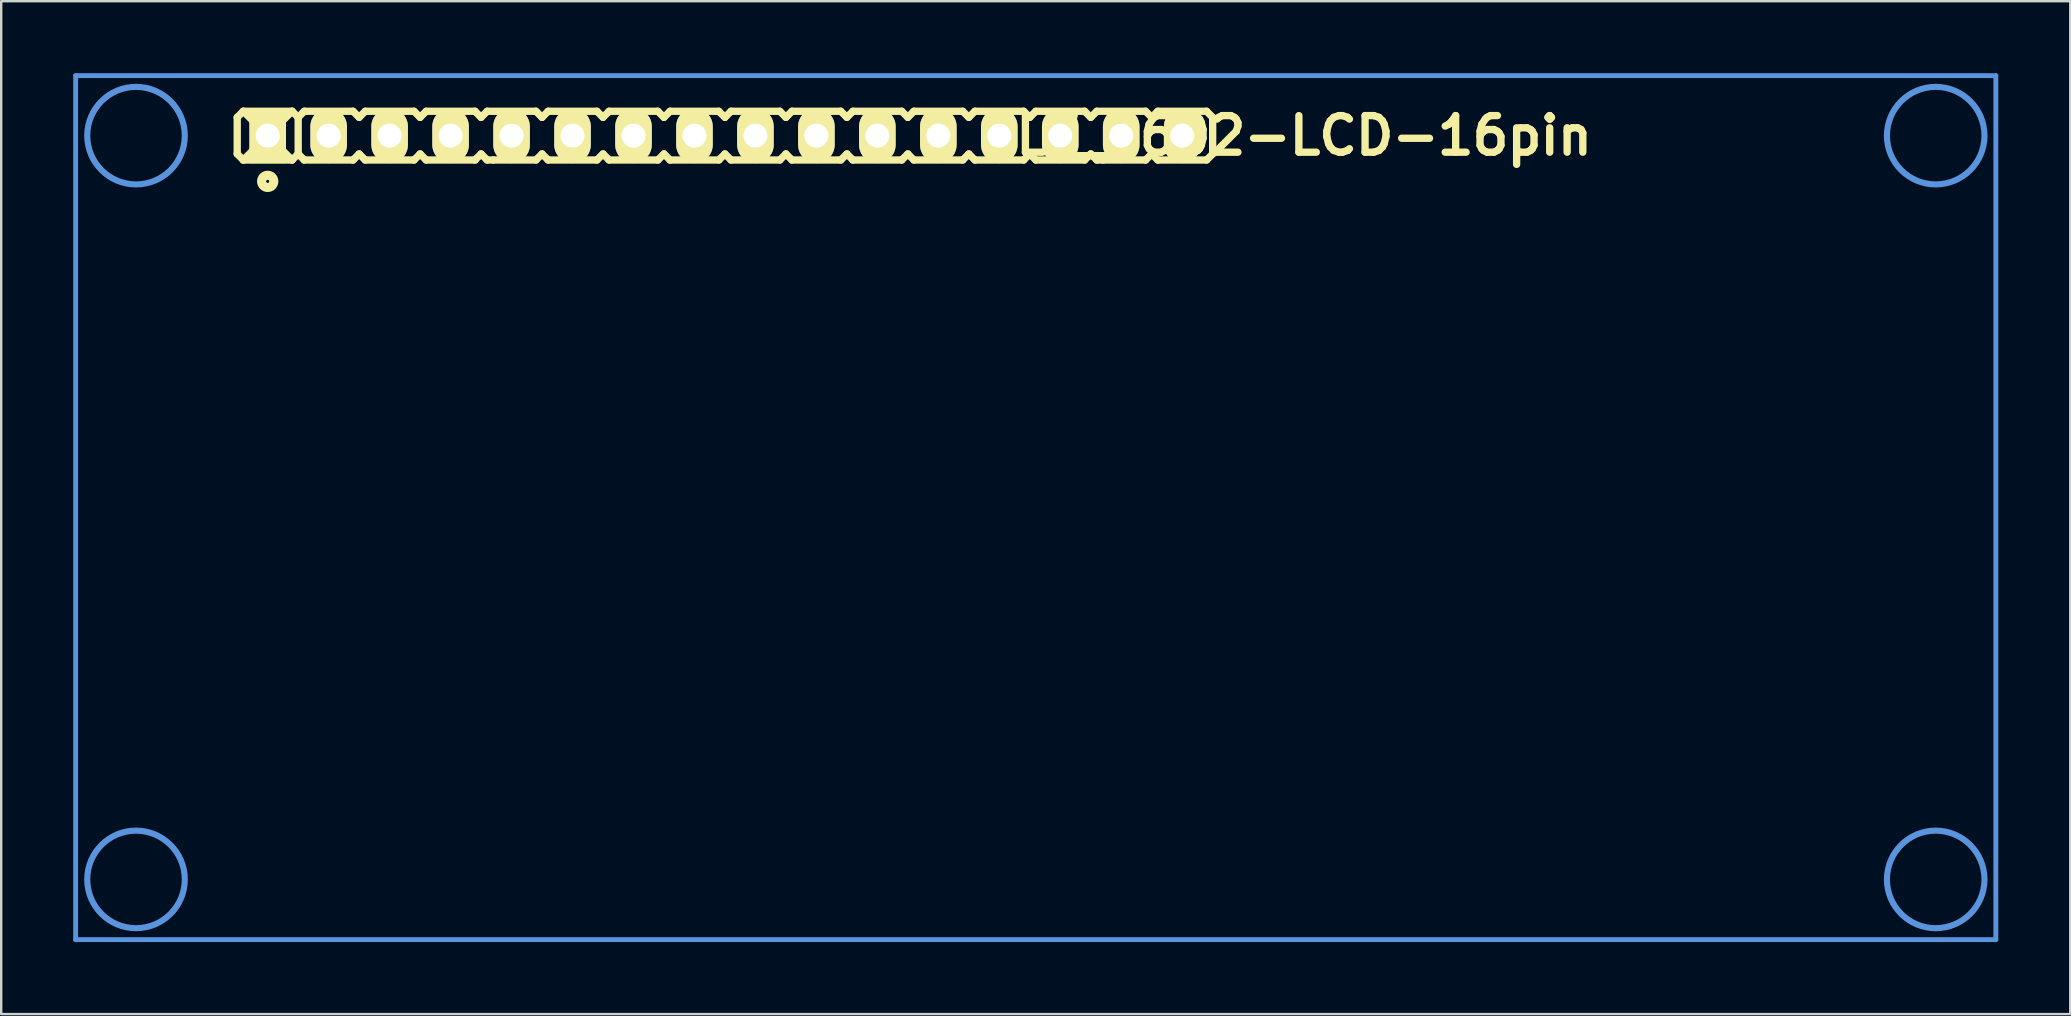
<source format=kicad_pcb>
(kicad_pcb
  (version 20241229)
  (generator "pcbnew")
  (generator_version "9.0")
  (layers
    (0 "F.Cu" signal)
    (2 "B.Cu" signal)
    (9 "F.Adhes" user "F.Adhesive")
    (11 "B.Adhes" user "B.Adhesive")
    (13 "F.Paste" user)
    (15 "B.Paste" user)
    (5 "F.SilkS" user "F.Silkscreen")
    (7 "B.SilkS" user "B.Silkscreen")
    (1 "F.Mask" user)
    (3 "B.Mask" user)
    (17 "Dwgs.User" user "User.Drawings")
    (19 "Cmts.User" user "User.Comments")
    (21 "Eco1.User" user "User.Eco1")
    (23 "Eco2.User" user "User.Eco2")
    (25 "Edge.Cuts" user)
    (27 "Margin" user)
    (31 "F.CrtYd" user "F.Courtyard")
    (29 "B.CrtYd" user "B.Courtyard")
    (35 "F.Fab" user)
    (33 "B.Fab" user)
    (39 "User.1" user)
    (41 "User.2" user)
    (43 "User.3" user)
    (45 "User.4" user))
  (footprint "LV_1602-LCD-16pin"
    (layer "F.Cu")
    (at 39.853 17.841)
    (property "Reference" "LV_1602-LCD-16pin" (at 11.43 -15.24 0) (layer "F.SilkS") (effects (font (size 1.524 1.524) (thickness 0.305))))
    (attr through_hole)
    (fp_line (start -33.02 -16.002) (end -33.02 -14.478) (stroke (width 0.305) (type solid)) (layer "F.SilkS"))
    (fp_line (start -33.02 -14.478) (end -32.766 -14.224) (stroke (width 0.305) (type solid)) (layer "F.SilkS"))
    (fp_line (start -32.766 -16.256) (end -33.02 -16.002) (stroke (width 0.305) (type solid)) (layer "F.SilkS"))
    (fp_line (start -32.766 -16.256) (end -30.734 -14.224) (stroke (width 0.305) (type solid)) (layer "F.SilkS"))
    (fp_line (start -32.766 -14.224) (end -30.734 -14.224) (stroke (width 0.305) (type solid)) (layer "F.SilkS"))
    (fp_line (start -30.734 -16.256) (end -32.766 -16.256) (stroke (width 0.305) (type solid)) (layer "F.SilkS"))
    (fp_line (start -30.734 -16.256) (end -32.766 -14.224) (stroke (width 0.305) (type solid)) (layer "F.SilkS"))
    (fp_line (start -30.734 -16.256) (end -30.48 -16.002) (stroke (width 0.305) (type solid)) (layer "F.SilkS"))
    (fp_line (start -30.734 -14.224) (end -30.48 -14.478) (stroke (width 0.305) (type solid)) (layer "F.SilkS"))
    (fp_line (start -30.48 -16.002) (end -30.48 -14.478) (stroke (width 0.305) (type solid)) (layer "F.SilkS"))
    (fp_line (start -30.48 -16.002) (end -30.226 -16.256) (stroke (width 0.305) (type solid)) (layer "F.SilkS"))
    (fp_line (start -30.48 -14.478) (end -30.226 -14.224) (stroke (width 0.305) (type solid)) (layer "F.SilkS"))
    (fp_line (start -30.226 -16.256) (end -28.194 -16.256) (stroke (width 0.305) (type solid)) (layer "F.SilkS"))
    (fp_line (start -30.226 -14.224) (end -28.194 -14.224) (stroke (width 0.305) (type solid)) (layer "F.SilkS"))
    (fp_line (start -28.194 -16.256) (end -27.94 -16.002) (stroke (width 0.305) (type solid)) (layer "F.SilkS"))
    (fp_line (start -28.194 -14.224) (end -27.94 -14.478) (stroke (width 0.305) (type solid)) (layer "F.SilkS"))
    (fp_line (start -27.94 -16.002) (end -27.686 -16.256) (stroke (width 0.305) (type solid)) (layer "F.SilkS"))
    (fp_line (start -27.94 -14.478) (end -27.686 -14.224) (stroke (width 0.305) (type solid)) (layer "F.SilkS"))
    (fp_line (start -27.686 -16.256) (end -25.654 -16.256) (stroke (width 0.305) (type solid)) (layer "F.SilkS"))
    (fp_line (start -27.686 -14.224) (end -25.654 -14.224) (stroke (width 0.305) (type solid)) (layer "F.SilkS"))
    (fp_line (start -25.654 -16.256) (end -25.4 -16.002) (stroke (width 0.305) (type solid)) (layer "F.SilkS"))
    (fp_line (start -25.4 -16.002) (end -25.146 -16.256) (stroke (width 0.305) (type solid)) (layer "F.SilkS"))
    (fp_line (start -25.4 -14.478) (end -25.654 -14.224) (stroke (width 0.305) (type solid)) (layer "F.SilkS"))
    (fp_line (start -25.146 -16.256) (end -23.114 -16.256) (stroke (width 0.305) (type solid)) (layer "F.SilkS"))
    (fp_line (start -25.146 -14.224) (end -25.4 -14.478) (stroke (width 0.305) (type solid)) (layer "F.SilkS"))
    (fp_line (start -23.114 -16.256) (end -22.86 -16.002) (stroke (width 0.305) (type solid)) (layer "F.SilkS"))
    (fp_line (start -23.114 -14.224) (end -25.146 -14.224) (stroke (width 0.305) (type solid)) (layer "F.SilkS"))
    (fp_line (start -22.86 -16.002) (end -22.606 -16.256) (stroke (width 0.305) (type solid)) (layer "F.SilkS"))
    (fp_line (start -22.86 -14.478) (end -23.114 -14.224) (stroke (width 0.305) (type solid)) (layer "F.SilkS"))
    (fp_line (start -22.606 -16.256) (end -20.574 -16.256) (stroke (width 0.305) (type solid)) (layer "F.SilkS"))
    (fp_line (start -22.606 -14.224) (end -22.86 -14.478) (stroke (width 0.305) (type solid)) (layer "F.SilkS"))
    (fp_line (start -22.352 -14.224) (end -22.606 -14.224) (stroke (width 0.305) (type solid)) (layer "F.SilkS"))
    (fp_line (start -20.574 -16.256) (end -20.32 -16.002) (stroke (width 0.305) (type solid)) (layer "F.SilkS"))
    (fp_line (start -20.574 -14.224) (end -22.352 -14.224) (stroke (width 0.305) (type solid)) (layer "F.SilkS"))
    (fp_line (start -20.32 -16.002) (end -20.066 -16.256) (stroke (width 0.305) (type solid)) (layer "F.SilkS"))
    (fp_line (start -20.32 -14.478) (end -20.574 -14.224) (stroke (width 0.305) (type solid)) (layer "F.SilkS"))
    (fp_line (start -20.066 -14.224) (end -20.32 -14.478) (stroke (width 0.305) (type solid)) (layer "F.SilkS"))
    (fp_line (start -20.066 -14.224) (end -18.034 -14.224) (stroke (width 0.305) (type solid)) (layer "F.SilkS"))
    (fp_line (start -18.034 -16.256) (end -20.066 -16.256) (stroke (width 0.305) (type solid)) (layer "F.SilkS"))
    (fp_line (start -18.034 -16.256) (end -17.78 -16.002) (stroke (width 0.305) (type solid)) (layer "F.SilkS"))
    (fp_line (start -17.78 -16.002) (end -17.526 -16.256) (stroke (width 0.305) (type solid)) (layer "F.SilkS"))
    (fp_line (start -17.78 -14.478) (end -18.034 -14.224) (stroke (width 0.305) (type solid)) (layer "F.SilkS"))
    (fp_line (start -17.78 -14.478) (end -17.526 -14.224) (stroke (width 0.305) (type solid)) (layer "F.SilkS"))
    (fp_line (start -17.526 -16.256) (end -15.494 -16.256) (stroke (width 0.305) (type solid)) (layer "F.SilkS"))
    (fp_line (start -17.526 -14.224) (end -15.494 -14.224) (stroke (width 0.305) (type solid)) (layer "F.SilkS"))
    (fp_line (start -15.494 -16.256) (end -15.24 -16.002) (stroke (width 0.305) (type solid)) (layer "F.SilkS"))
    (fp_line (start -15.494 -14.224) (end -15.24 -14.478) (stroke (width 0.305) (type solid)) (layer "F.SilkS"))
    (fp_line (start -15.24 -16.002) (end -14.986 -16.256) (stroke (width 0.305) (type solid)) (layer "F.SilkS"))
    (fp_line (start -15.24 -14.478) (end -14.986 -14.224) (stroke (width 0.305) (type solid)) (layer "F.SilkS"))
    (fp_line (start -14.986 -16.256) (end -12.954 -16.256) (stroke (width 0.305) (type solid)) (layer "F.SilkS"))
    (fp_line (start -14.986 -14.224) (end -12.954 -14.224) (stroke (width 0.305) (type solid)) (layer "F.SilkS"))
    (fp_line (start -12.954 -16.256) (end -12.7 -16.002) (stroke (width 0.305) (type solid)) (layer "F.SilkS"))
    (fp_line (start -12.954 -14.224) (end -12.7 -14.478) (stroke (width 0.305) (type solid)) (layer "F.SilkS"))
    (fp_line (start -12.7 -16.002) (end -12.446 -16.256) (stroke (width 0.305) (type solid)) (layer "F.SilkS"))
    (fp_line (start -12.7 -14.478) (end -12.446 -14.224) (stroke (width 0.305) (type solid)) (layer "F.SilkS"))
    (fp_line (start -12.446 -16.256) (end -10.414 -16.256) (stroke (width 0.305) (type solid)) (layer "F.SilkS"))
    (fp_line (start -12.446 -14.224) (end -10.414 -14.224) (stroke (width 0.305) (type solid)) (layer "F.SilkS"))
    (fp_line (start -10.414 -16.256) (end -10.16 -16.002) (stroke (width 0.305) (type solid)) (layer "F.SilkS"))
    (fp_line (start -10.414 -14.224) (end -10.16 -14.478) (stroke (width 0.305) (type solid)) (layer "F.SilkS"))
    (fp_line (start -10.16 -16.002) (end -9.906 -16.256) (stroke (width 0.305) (type solid)) (layer "F.SilkS"))
    (fp_line (start -10.16 -14.478) (end -9.906 -14.224) (stroke (width 0.305) (type solid)) (layer "F.SilkS"))
    (fp_line (start -9.906 -16.256) (end -7.874 -16.256) (stroke (width 0.305) (type solid)) (layer "F.SilkS"))
    (fp_line (start -9.906 -14.224) (end -7.874 -14.224) (stroke (width 0.305) (type solid)) (layer "F.SilkS"))
    (fp_line (start -7.874 -16.256) (end -7.62 -16.002) (stroke (width 0.305) (type solid)) (layer "F.SilkS"))
    (fp_line (start -7.874 -14.224) (end -7.62 -14.478) (stroke (width 0.305) (type solid)) (layer "F.SilkS"))
    (fp_line (start -7.62 -14.478) (end -7.366 -14.224) (stroke (width 0.305) (type solid)) (layer "F.SilkS"))
    (fp_line (start -7.366 -16.256) (end -7.62 -16.002) (stroke (width 0.305) (type solid)) (layer "F.SilkS"))
    (fp_line (start -7.366 -14.224) (end -5.334 -14.224) (stroke (width 0.305) (type solid)) (layer "F.SilkS"))
    (fp_line (start -5.334 -16.256) (end -7.366 -16.256) (stroke (width 0.305) (type solid)) (layer "F.SilkS"))
    (fp_line (start -5.334 -16.256) (end -5.08 -16.002) (stroke (width 0.305) (type solid)) (layer "F.SilkS"))
    (fp_line (start -5.334 -14.224) (end -5.08 -14.478) (stroke (width 0.305) (type solid)) (layer "F.SilkS"))
    (fp_line (start -5.08 -16.002) (end -4.826 -16.256) (stroke (width 0.305) (type solid)) (layer "F.SilkS"))
    (fp_line (start -5.08 -14.478) (end -4.826 -14.224) (stroke (width 0.305) (type solid)) (layer "F.SilkS"))
    (fp_line (start -4.826 -16.256) (end -2.794 -16.256) (stroke (width 0.305) (type solid)) (layer "F.SilkS"))
    (fp_line (start -4.826 -14.224) (end -2.794 -14.224) (stroke (width 0.305) (type solid)) (layer "F.SilkS"))
    (fp_line (start -2.794 -16.256) (end -2.54 -16.002) (stroke (width 0.305) (type solid)) (layer "F.SilkS"))
    (fp_line (start -2.794 -14.224) (end -2.54 -14.478) (stroke (width 0.305) (type solid)) (layer "F.SilkS"))
    (fp_line (start -2.54 -16.002) (end -2.286 -16.256) (stroke (width 0.305) (type solid)) (layer "F.SilkS"))
    (fp_line (start -2.54 -14.478) (end -2.286 -14.224) (stroke (width 0.305) (type solid)) (layer "F.SilkS"))
    (fp_line (start -2.286 -16.256) (end -0.254 -16.256) (stroke (width 0.305) (type solid)) (layer "F.SilkS"))
    (fp_line (start -2.286 -14.224) (end -0.254 -14.224) (stroke (width 0.305) (type solid)) (layer "F.SilkS"))
    (fp_line (start -0.254 -16.256) (end 0 -16.002) (stroke (width 0.305) (type solid)) (layer "F.SilkS"))
    (fp_line (start 0 -16.002) (end 0.254 -16.256) (stroke (width 0.305) (type solid)) (layer "F.SilkS"))
    (fp_line (start 0 -14.478) (end -0.254 -14.224) (stroke (width 0.305) (type solid)) (layer "F.SilkS"))
    (fp_line (start 0.254 -16.256) (end 2.286 -16.256) (stroke (width 0.305) (type solid)) (layer "F.SilkS"))
    (fp_line (start 0.254 -14.224) (end 0 -14.478) (stroke (width 0.305) (type solid)) (layer "F.SilkS"))
    (fp_line (start 2.286 -16.256) (end 2.54 -16.002) (stroke (width 0.305) (type solid)) (layer "F.SilkS"))
    (fp_line (start 2.286 -14.224) (end 0.254 -14.224) (stroke (width 0.305) (type solid)) (layer "F.SilkS"))
    (fp_line (start 2.54 -16.002) (end 2.794 -16.256) (stroke (width 0.305) (type solid)) (layer "F.SilkS"))
    (fp_line (start 2.54 -14.478) (end 2.286 -14.224) (stroke (width 0.305) (type solid)) (layer "F.SilkS"))
    (fp_line (start 2.794 -16.256) (end 4.826 -16.256) (stroke (width 0.305) (type solid)) (layer "F.SilkS"))
    (fp_line (start 2.794 -14.224) (end 2.54 -14.478) (stroke (width 0.305) (type solid)) (layer "F.SilkS"))
    (fp_line (start 3.048 -14.224) (end 2.794 -14.224) (stroke (width 0.305) (type solid)) (layer "F.SilkS"))
    (fp_line (start 4.826 -16.256) (end 5.08 -16.002) (stroke (width 0.305) (type solid)) (layer "F.SilkS"))
    (fp_line (start 4.826 -14.224) (end 3.048 -14.224) (stroke (width 0.305) (type solid)) (layer "F.SilkS"))
    (fp_line (start 5.08 -16.002) (end 5.334 -16.256) (stroke (width 0.305) (type solid)) (layer "F.SilkS"))
    (fp_line (start 5.08 -14.478) (end 4.826 -14.224) (stroke (width 0.305) (type solid)) (layer "F.SilkS"))
    (fp_line (start 5.334 -16.256) (end 7.366 -16.256) (stroke (width 0.305) (type solid)) (layer "F.SilkS"))
    (fp_line (start 5.334 -14.224) (end 5.08 -14.478) (stroke (width 0.305) (type solid)) (layer "F.SilkS"))
    (fp_line (start 7.366 -16.256) (end 7.62 -16.002) (stroke (width 0.305) (type solid)) (layer "F.SilkS"))
    (fp_line (start 7.366 -14.224) (end 5.334 -14.224) (stroke (width 0.305) (type solid)) (layer "F.SilkS"))
    (fp_line (start 7.62 -16.002) (end 7.62 -14.478) (stroke (width 0.305) (type solid)) (layer "F.SilkS"))
    (fp_line (start 7.62 -14.478) (end 7.366 -14.224) (stroke (width 0.305) (type solid)) (layer "F.SilkS"))
    (fp_circle (center -31.75 -13.335) (end -32.004 -13.335) (stroke (width 0.381) (type solid)) (fill no) (layer "F.SilkS"))
    (fp_line (start -39.751 -17.739) (end 40.249 -17.739) (stroke (width 0.203) (type solid)) (layer "Cmts.User"))
    (fp_line (start -39.751 18.258) (end -39.751 -17.739) (stroke (width 0.203) (type solid)) (layer "Cmts.User"))
    (fp_line (start 40.249 -17.739) (end 40.249 18.258) (stroke (width 0.203) (type solid)) (layer "Cmts.User"))
    (fp_line (start 40.249 18.258) (end -39.751 18.258) (stroke (width 0.203) (type solid)) (layer "Cmts.User"))
    (fp_circle (center -37.236 -15.24) (end -35.204 -15.24) (stroke (width 0.254) (type solid)) (fill no) (layer "Cmts.User"))
    (fp_circle (center -37.236 15.748) (end -35.204 15.748) (stroke (width 0.254) (type solid)) (fill no) (layer "Cmts.User"))
    (fp_circle (center 37.744 -15.24) (end 39.776 -15.24) (stroke (width 0.254) (type solid)) (fill no) (layer "Cmts.User"))
    (fp_circle (center 37.744 15.748) (end 39.776 15.748) (stroke (width 0.254) (type solid)) (fill no) (layer "Cmts.User"))
    (pad "1" thru_hole rect (at -31.75 -15.24) (size 1.524 2.286) (drill 1.001) (layers "*.Cu" "*.Mask" "F.SilkS"))
    (pad "2" thru_hole oval (at -29.21 -15.24) (size 1.524 2.286) (drill 1.001) (layers "*.Cu" "*.Mask" "F.SilkS"))
    (pad "3" thru_hole oval (at -26.67 -15.24) (size 1.524 2.286) (drill 1.001) (layers "*.Cu" "*.Mask" "F.SilkS"))
    (pad "4" thru_hole oval (at -24.13 -15.24) (size 1.524 2.286) (drill 1.001) (layers "*.Cu" "*.Mask" "F.SilkS"))
    (pad "5" thru_hole oval (at -21.59 -15.24) (size 1.524 2.286) (drill 1.001) (layers "*.Cu" "*.Mask" "F.SilkS"))
    (pad "6" thru_hole oval (at -19.05 -15.24) (size 1.524 2.286) (drill 1.001) (layers "*.Cu" "*.Mask" "F.SilkS"))
    (pad "7" thru_hole oval (at -16.51 -15.24) (size 1.524 2.286) (drill 1.001) (layers "*.Cu" "*.Mask" "F.SilkS"))
    (pad "8" thru_hole oval (at -13.97 -15.24) (size 1.524 2.286) (drill 1.001) (layers "*.Cu" "*.Mask" "F.SilkS"))
    (pad "9" thru_hole oval (at -11.43 -15.24) (size 1.524 2.286) (drill 1.001) (layers "*.Cu" "*.Mask" "F.SilkS"))
    (pad "10" thru_hole oval (at -8.89 -15.24) (size 1.524 2.286) (drill 1.001) (layers "*.Cu" "*.Mask" "F.SilkS"))
    (pad "11" thru_hole oval (at -6.35 -15.24) (size 1.524 2.286) (drill 1.001) (layers "*.Cu" "*.Mask" "F.SilkS"))
    (pad "12" thru_hole oval (at -3.81 -15.24) (size 1.524 2.286) (drill 1.001) (layers "*.Cu" "*.Mask" "F.SilkS"))
    (pad "13" thru_hole oval (at -1.27 -15.24) (size 1.524 2.286) (drill 1.001) (layers "*.Cu" "*.Mask" "F.SilkS"))
    (pad "14" thru_hole oval (at 1.27 -15.24) (size 1.524 2.286) (drill 1.001) (layers "*.Cu" "*.Mask" "F.SilkS"))
    (pad "15" thru_hole oval (at 3.81 -15.24) (size 1.524 2.286) (drill 1.001) (layers "*.Cu" "*.Mask" "F.SilkS"))
    (pad "16" thru_hole oval (at 6.35 -15.24) (size 1.524 2.286) (drill 1.001) (layers "*.Cu" "*.Mask" "F.SilkS")))
  (gr_rect
    (start -3 -3)
    (end 83.203 39.2)
    (stroke (width 0.1) (type default))
    (fill no)
    (layer "Edge.Cuts")))
</source>
